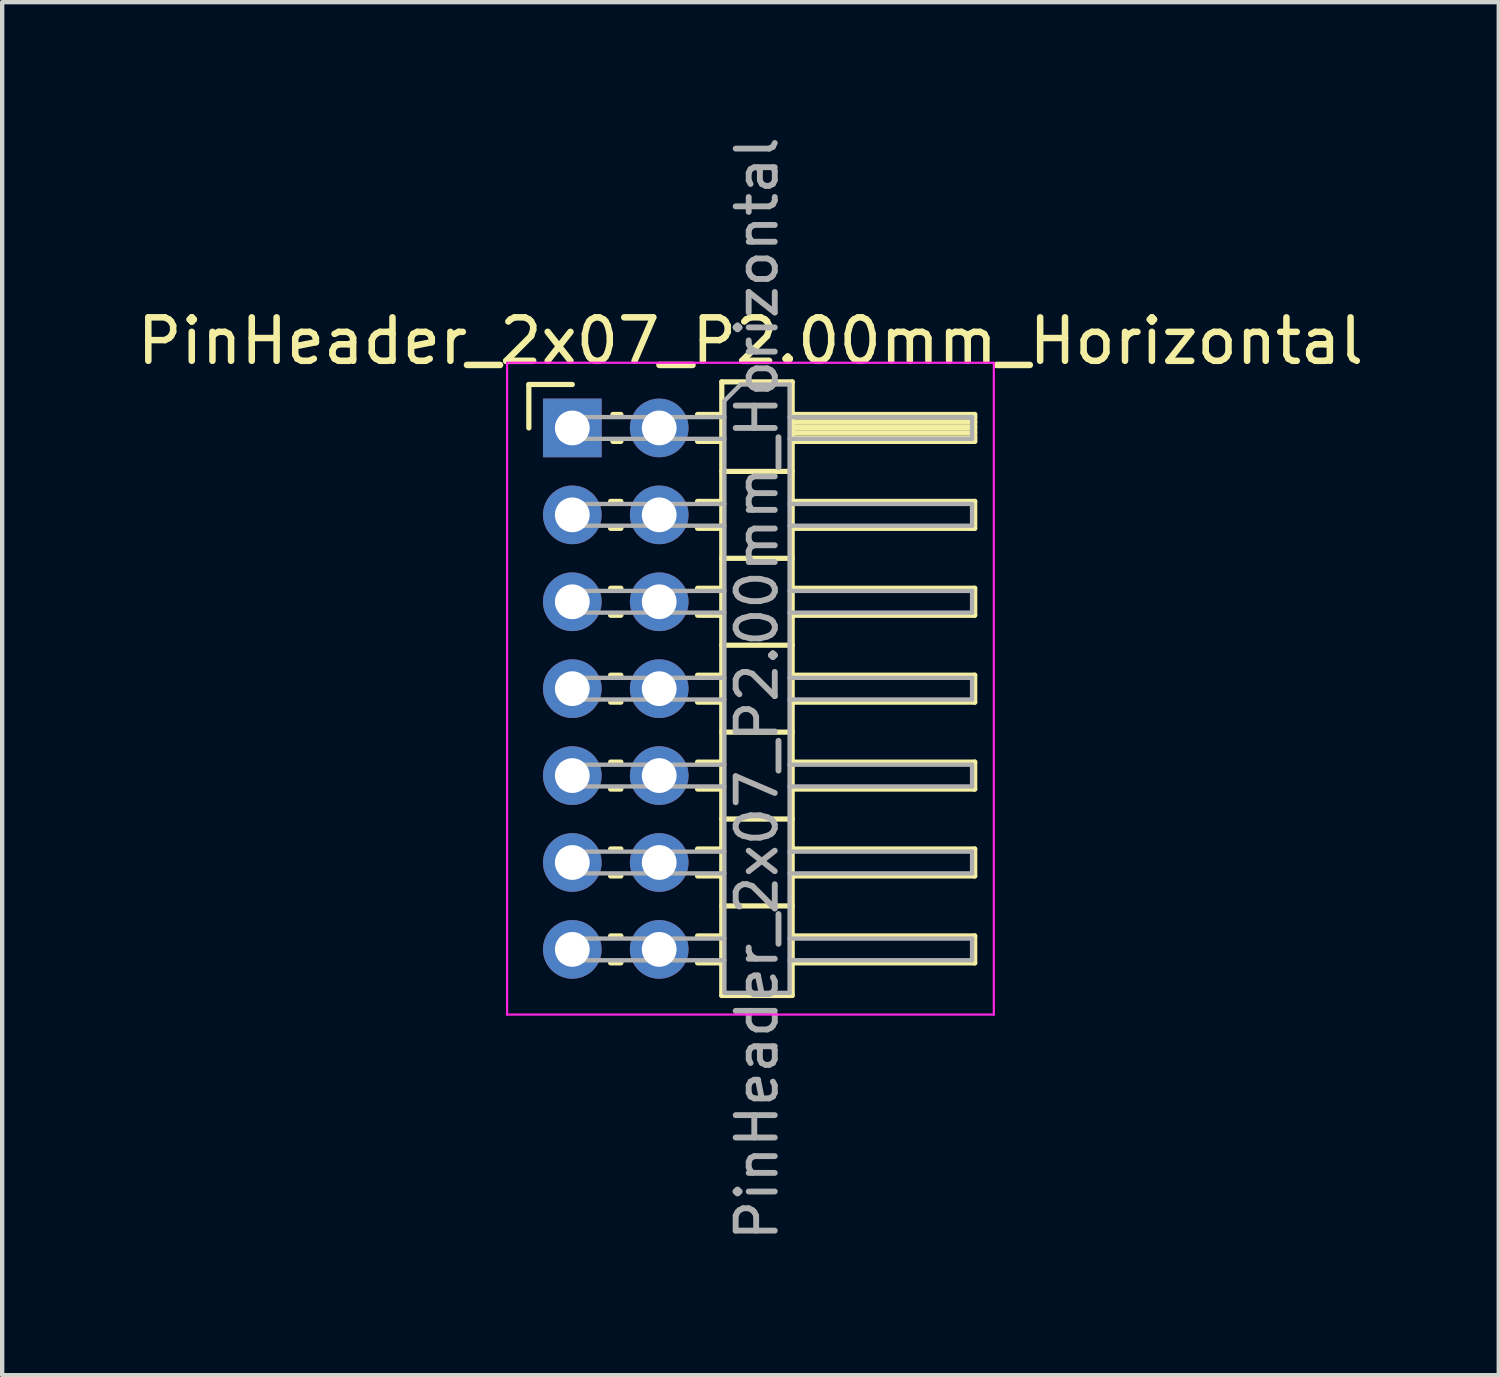
<source format=kicad_pcb>
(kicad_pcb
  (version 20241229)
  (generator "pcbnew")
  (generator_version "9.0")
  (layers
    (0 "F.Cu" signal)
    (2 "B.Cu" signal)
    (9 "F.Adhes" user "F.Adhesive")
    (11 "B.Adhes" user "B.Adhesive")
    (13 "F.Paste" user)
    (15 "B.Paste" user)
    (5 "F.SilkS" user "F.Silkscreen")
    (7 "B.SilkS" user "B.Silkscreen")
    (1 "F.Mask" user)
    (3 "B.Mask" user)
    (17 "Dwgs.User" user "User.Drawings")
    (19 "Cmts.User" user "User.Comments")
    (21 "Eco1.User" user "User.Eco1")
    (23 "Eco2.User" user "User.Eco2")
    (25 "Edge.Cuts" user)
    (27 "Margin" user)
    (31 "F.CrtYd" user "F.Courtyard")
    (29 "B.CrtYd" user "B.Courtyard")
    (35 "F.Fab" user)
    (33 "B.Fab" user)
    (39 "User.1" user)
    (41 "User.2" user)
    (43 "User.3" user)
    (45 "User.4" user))
  (footprint "PinHeader_2x07_P2.00mm_Horizontal"
    (layer "F.Cu")
    (at 10.12 6.798)
    (property "Reference" "PinHeader_2x07_P2.00mm_Horizontal" (at 4.1 -2 0) (layer "F.SilkS") (effects (font (size 1 1) (thickness 0.15))))
    (attr through_hole)
    (fp_line (start -1 -1) (end 0 -1) (stroke (width 0.12) (type solid)) (layer "F.SilkS"))
    (fp_line (start -1 0) (end -1 -1) (stroke (width 0.12) (type solid)) (layer "F.SilkS"))
    (fp_line (start 0.882 1.69) (end 1.118 1.69) (stroke (width 0.12) (type solid)) (layer "F.SilkS"))
    (fp_line (start 0.882 2.31) (end 1.118 2.31) (stroke (width 0.12) (type solid)) (layer "F.SilkS"))
    (fp_line (start 0.882 3.69) (end 1.118 3.69) (stroke (width 0.12) (type solid)) (layer "F.SilkS"))
    (fp_line (start 0.882 4.31) (end 1.118 4.31) (stroke (width 0.12) (type solid)) (layer "F.SilkS"))
    (fp_line (start 0.882 5.69) (end 1.118 5.69) (stroke (width 0.12) (type solid)) (layer "F.SilkS"))
    (fp_line (start 0.882 6.31) (end 1.118 6.31) (stroke (width 0.12) (type solid)) (layer "F.SilkS"))
    (fp_line (start 0.882 7.69) (end 1.118 7.69) (stroke (width 0.12) (type solid)) (layer "F.SilkS"))
    (fp_line (start 0.882 8.31) (end 1.118 8.31) (stroke (width 0.12) (type solid)) (layer "F.SilkS"))
    (fp_line (start 0.882 9.69) (end 1.118 9.69) (stroke (width 0.12) (type solid)) (layer "F.SilkS"))
    (fp_line (start 0.882 10.31) (end 1.118 10.31) (stroke (width 0.12) (type solid)) (layer "F.SilkS"))
    (fp_line (start 0.882 11.69) (end 1.118 11.69) (stroke (width 0.12) (type solid)) (layer "F.SilkS"))
    (fp_line (start 0.882 12.31) (end 1.118 12.31) (stroke (width 0.12) (type solid)) (layer "F.SilkS"))
    (fp_line (start 0.935 -0.31) (end 1.118 -0.31) (stroke (width 0.12) (type solid)) (layer "F.SilkS"))
    (fp_line (start 0.935 0.31) (end 1.118 0.31) (stroke (width 0.12) (type solid)) (layer "F.SilkS"))
    (fp_line (start 2.882 -0.31) (end 3.44 -0.31) (stroke (width 0.12) (type solid)) (layer "F.SilkS"))
    (fp_line (start 2.882 0.31) (end 3.44 0.31) (stroke (width 0.12) (type solid)) (layer "F.SilkS"))
    (fp_line (start 2.882 1.69) (end 3.44 1.69) (stroke (width 0.12) (type solid)) (layer "F.SilkS"))
    (fp_line (start 2.882 2.31) (end 3.44 2.31) (stroke (width 0.12) (type solid)) (layer "F.SilkS"))
    (fp_line (start 2.882 3.69) (end 3.44 3.69) (stroke (width 0.12) (type solid)) (layer "F.SilkS"))
    (fp_line (start 2.882 4.31) (end 3.44 4.31) (stroke (width 0.12) (type solid)) (layer "F.SilkS"))
    (fp_line (start 2.882 5.69) (end 3.44 5.69) (stroke (width 0.12) (type solid)) (layer "F.SilkS"))
    (fp_line (start 2.882 6.31) (end 3.44 6.31) (stroke (width 0.12) (type solid)) (layer "F.SilkS"))
    (fp_line (start 2.882 7.69) (end 3.44 7.69) (stroke (width 0.12) (type solid)) (layer "F.SilkS"))
    (fp_line (start 2.882 8.31) (end 3.44 8.31) (stroke (width 0.12) (type solid)) (layer "F.SilkS"))
    (fp_line (start 2.882 9.69) (end 3.44 9.69) (stroke (width 0.12) (type solid)) (layer "F.SilkS"))
    (fp_line (start 2.882 10.31) (end 3.44 10.31) (stroke (width 0.12) (type solid)) (layer "F.SilkS"))
    (fp_line (start 2.882 11.69) (end 3.44 11.69) (stroke (width 0.12) (type solid)) (layer "F.SilkS"))
    (fp_line (start 2.882 12.31) (end 3.44 12.31) (stroke (width 0.12) (type solid)) (layer "F.SilkS"))
    (fp_line (start 3.44 -1.06) (end 3.44 13.06) (stroke (width 0.12) (type solid)) (layer "F.SilkS"))
    (fp_line (start 3.44 1) (end 5.06 1) (stroke (width 0.12) (type solid)) (layer "F.SilkS"))
    (fp_line (start 3.44 3) (end 5.06 3) (stroke (width 0.12) (type solid)) (layer "F.SilkS"))
    (fp_line (start 3.44 5) (end 5.06 5) (stroke (width 0.12) (type solid)) (layer "F.SilkS"))
    (fp_line (start 3.44 7) (end 5.06 7) (stroke (width 0.12) (type solid)) (layer "F.SilkS"))
    (fp_line (start 3.44 9) (end 5.06 9) (stroke (width 0.12) (type solid)) (layer "F.SilkS"))
    (fp_line (start 3.44 11) (end 5.06 11) (stroke (width 0.12) (type solid)) (layer "F.SilkS"))
    (fp_line (start 3.44 13.06) (end 5.06 13.06) (stroke (width 0.12) (type solid)) (layer "F.SilkS"))
    (fp_line (start 5.06 -1.06) (end 3.44 -1.06) (stroke (width 0.12) (type solid)) (layer "F.SilkS"))
    (fp_line (start 5.06 -0.31) (end 9.26 -0.31) (stroke (width 0.12) (type solid)) (layer "F.SilkS"))
    (fp_line (start 5.06 -0.25) (end 9.26 -0.25) (stroke (width 0.12) (type solid)) (layer "F.SilkS"))
    (fp_line (start 5.06 -0.13) (end 9.26 -0.13) (stroke (width 0.12) (type solid)) (layer "F.SilkS"))
    (fp_line (start 5.06 -0.01) (end 9.26 -0.01) (stroke (width 0.12) (type solid)) (layer "F.SilkS"))
    (fp_line (start 5.06 0.11) (end 9.26 0.11) (stroke (width 0.12) (type solid)) (layer "F.SilkS"))
    (fp_line (start 5.06 0.23) (end 9.26 0.23) (stroke (width 0.12) (type solid)) (layer "F.SilkS"))
    (fp_line (start 5.06 1.69) (end 9.26 1.69) (stroke (width 0.12) (type solid)) (layer "F.SilkS"))
    (fp_line (start 5.06 3.69) (end 9.26 3.69) (stroke (width 0.12) (type solid)) (layer "F.SilkS"))
    (fp_line (start 5.06 5.69) (end 9.26 5.69) (stroke (width 0.12) (type solid)) (layer "F.SilkS"))
    (fp_line (start 5.06 7.69) (end 9.26 7.69) (stroke (width 0.12) (type solid)) (layer "F.SilkS"))
    (fp_line (start 5.06 9.69) (end 9.26 9.69) (stroke (width 0.12) (type solid)) (layer "F.SilkS"))
    (fp_line (start 5.06 11.69) (end 9.26 11.69) (stroke (width 0.12) (type solid)) (layer "F.SilkS"))
    (fp_line (start 5.06 13.06) (end 5.06 -1.06) (stroke (width 0.12) (type solid)) (layer "F.SilkS"))
    (fp_line (start 9.26 -0.31) (end 9.26 0.31) (stroke (width 0.12) (type solid)) (layer "F.SilkS"))
    (fp_line (start 9.26 0.31) (end 5.06 0.31) (stroke (width 0.12) (type solid)) (layer "F.SilkS"))
    (fp_line (start 9.26 1.69) (end 9.26 2.31) (stroke (width 0.12) (type solid)) (layer "F.SilkS"))
    (fp_line (start 9.26 2.31) (end 5.06 2.31) (stroke (width 0.12) (type solid)) (layer "F.SilkS"))
    (fp_line (start 9.26 3.69) (end 9.26 4.31) (stroke (width 0.12) (type solid)) (layer "F.SilkS"))
    (fp_line (start 9.26 4.31) (end 5.06 4.31) (stroke (width 0.12) (type solid)) (layer "F.SilkS"))
    (fp_line (start 9.26 5.69) (end 9.26 6.31) (stroke (width 0.12) (type solid)) (layer "F.SilkS"))
    (fp_line (start 9.26 6.31) (end 5.06 6.31) (stroke (width 0.12) (type solid)) (layer "F.SilkS"))
    (fp_line (start 9.26 7.69) (end 9.26 8.31) (stroke (width 0.12) (type solid)) (layer "F.SilkS"))
    (fp_line (start 9.26 8.31) (end 5.06 8.31) (stroke (width 0.12) (type solid)) (layer "F.SilkS"))
    (fp_line (start 9.26 9.69) (end 9.26 10.31) (stroke (width 0.12) (type solid)) (layer "F.SilkS"))
    (fp_line (start 9.26 10.31) (end 5.06 10.31) (stroke (width 0.12) (type solid)) (layer "F.SilkS"))
    (fp_line (start 9.26 11.69) (end 9.26 12.31) (stroke (width 0.12) (type solid)) (layer "F.SilkS"))
    (fp_line (start 9.26 12.31) (end 5.06 12.31) (stroke (width 0.12) (type solid)) (layer "F.SilkS"))
    (fp_line (start -1.5 -1.5) (end -1.5 13.5) (stroke (width 0.05) (type solid)) (layer "F.CrtYd"))
    (fp_line (start -1.5 13.5) (end 9.7 13.5) (stroke (width 0.05) (type solid)) (layer "F.CrtYd"))
    (fp_line (start 9.7 -1.5) (end -1.5 -1.5) (stroke (width 0.05) (type solid)) (layer "F.CrtYd"))
    (fp_line (start 9.7 13.5) (end 9.7 -1.5) (stroke (width 0.05) (type solid)) (layer "F.CrtYd"))
    (fp_line (start -0.25 -0.25) (end -0.25 0.25) (stroke (width 0.1) (type solid)) (layer "F.Fab"))
    (fp_line (start -0.25 -0.25) (end 3.5 -0.25) (stroke (width 0.1) (type solid)) (layer "F.Fab"))
    (fp_line (start -0.25 0.25) (end 3.5 0.25) (stroke (width 0.1) (type solid)) (layer "F.Fab"))
    (fp_line (start -0.25 1.75) (end -0.25 2.25) (stroke (width 0.1) (type solid)) (layer "F.Fab"))
    (fp_line (start -0.25 1.75) (end 3.5 1.75) (stroke (width 0.1) (type solid)) (layer "F.Fab"))
    (fp_line (start -0.25 2.25) (end 3.5 2.25) (stroke (width 0.1) (type solid)) (layer "F.Fab"))
    (fp_line (start -0.25 3.75) (end -0.25 4.25) (stroke (width 0.1) (type solid)) (layer "F.Fab"))
    (fp_line (start -0.25 3.75) (end 3.5 3.75) (stroke (width 0.1) (type solid)) (layer "F.Fab"))
    (fp_line (start -0.25 4.25) (end 3.5 4.25) (stroke (width 0.1) (type solid)) (layer "F.Fab"))
    (fp_line (start -0.25 5.75) (end -0.25 6.25) (stroke (width 0.1) (type solid)) (layer "F.Fab"))
    (fp_line (start -0.25 5.75) (end 3.5 5.75) (stroke (width 0.1) (type solid)) (layer "F.Fab"))
    (fp_line (start -0.25 6.25) (end 3.5 6.25) (stroke (width 0.1) (type solid)) (layer "F.Fab"))
    (fp_line (start -0.25 7.75) (end -0.25 8.25) (stroke (width 0.1) (type solid)) (layer "F.Fab"))
    (fp_line (start -0.25 7.75) (end 3.5 7.75) (stroke (width 0.1) (type solid)) (layer "F.Fab"))
    (fp_line (start -0.25 8.25) (end 3.5 8.25) (stroke (width 0.1) (type solid)) (layer "F.Fab"))
    (fp_line (start -0.25 9.75) (end -0.25 10.25) (stroke (width 0.1) (type solid)) (layer "F.Fab"))
    (fp_line (start -0.25 9.75) (end 3.5 9.75) (stroke (width 0.1) (type solid)) (layer "F.Fab"))
    (fp_line (start -0.25 10.25) (end 3.5 10.25) (stroke (width 0.1) (type solid)) (layer "F.Fab"))
    (fp_line (start -0.25 11.75) (end -0.25 12.25) (stroke (width 0.1) (type solid)) (layer "F.Fab"))
    (fp_line (start -0.25 11.75) (end 3.5 11.75) (stroke (width 0.1) (type solid)) (layer "F.Fab"))
    (fp_line (start -0.25 12.25) (end 3.5 12.25) (stroke (width 0.1) (type solid)) (layer "F.Fab"))
    (fp_line (start 3.5 -0.625) (end 3.875 -1) (stroke (width 0.1) (type solid)) (layer "F.Fab"))
    (fp_line (start 3.5 13) (end 3.5 -0.625) (stroke (width 0.1) (type solid)) (layer "F.Fab"))
    (fp_line (start 3.875 -1) (end 5 -1) (stroke (width 0.1) (type solid)) (layer "F.Fab"))
    (fp_line (start 5 -1) (end 5 13) (stroke (width 0.1) (type solid)) (layer "F.Fab"))
    (fp_line (start 5 -0.25) (end 9.2 -0.25) (stroke (width 0.1) (type solid)) (layer "F.Fab"))
    (fp_line (start 5 0.25) (end 9.2 0.25) (stroke (width 0.1) (type solid)) (layer "F.Fab"))
    (fp_line (start 5 1.75) (end 9.2 1.75) (stroke (width 0.1) (type solid)) (layer "F.Fab"))
    (fp_line (start 5 2.25) (end 9.2 2.25) (stroke (width 0.1) (type solid)) (layer "F.Fab"))
    (fp_line (start 5 3.75) (end 9.2 3.75) (stroke (width 0.1) (type solid)) (layer "F.Fab"))
    (fp_line (start 5 4.25) (end 9.2 4.25) (stroke (width 0.1) (type solid)) (layer "F.Fab"))
    (fp_line (start 5 5.75) (end 9.2 5.75) (stroke (width 0.1) (type solid)) (layer "F.Fab"))
    (fp_line (start 5 6.25) (end 9.2 6.25) (stroke (width 0.1) (type solid)) (layer "F.Fab"))
    (fp_line (start 5 7.75) (end 9.2 7.75) (stroke (width 0.1) (type solid)) (layer "F.Fab"))
    (fp_line (start 5 8.25) (end 9.2 8.25) (stroke (width 0.1) (type solid)) (layer "F.Fab"))
    (fp_line (start 5 9.75) (end 9.2 9.75) (stroke (width 0.1) (type solid)) (layer "F.Fab"))
    (fp_line (start 5 10.25) (end 9.2 10.25) (stroke (width 0.1) (type solid)) (layer "F.Fab"))
    (fp_line (start 5 11.75) (end 9.2 11.75) (stroke (width 0.1) (type solid)) (layer "F.Fab"))
    (fp_line (start 5 12.25) (end 9.2 12.25) (stroke (width 0.1) (type solid)) (layer "F.Fab"))
    (fp_line (start 5 13) (end 3.5 13) (stroke (width 0.1) (type solid)) (layer "F.Fab"))
    (fp_line (start 9.2 -0.25) (end 9.2 0.25) (stroke (width 0.1) (type solid)) (layer "F.Fab"))
    (fp_line (start 9.2 1.75) (end 9.2 2.25) (stroke (width 0.1) (type solid)) (layer "F.Fab"))
    (fp_line (start 9.2 3.75) (end 9.2 4.25) (stroke (width 0.1) (type solid)) (layer "F.Fab"))
    (fp_line (start 9.2 5.75) (end 9.2 6.25) (stroke (width 0.1) (type solid)) (layer "F.Fab"))
    (fp_line (start 9.2 7.75) (end 9.2 8.25) (stroke (width 0.1) (type solid)) (layer "F.Fab"))
    (fp_line (start 9.2 9.75) (end 9.2 10.25) (stroke (width 0.1) (type solid)) (layer "F.Fab"))
    (fp_line (start 9.2 11.75) (end 9.2 12.25) (stroke (width 0.1) (type solid)) (layer "F.Fab"))
    (fp_text user "${REFERENCE}" (at 4.25 6 90) (layer "F.Fab") (effects (font (size 0.9 0.9) (thickness 0.135))))
    (pad "1" thru_hole rect (at 0 0) (size 1.35 1.35) (drill 0.8) (layers "*.Cu" "*.Mask"))
    (pad "2" thru_hole oval (at 2 0) (size 1.35 1.35) (drill 0.8) (layers "*.Cu" "*.Mask"))
    (pad "3" thru_hole oval (at 0 2) (size 1.35 1.35) (drill 0.8) (layers "*.Cu" "*.Mask"))
    (pad "4" thru_hole oval (at 2 2) (size 1.35 1.35) (drill 0.8) (layers "*.Cu" "*.Mask"))
    (pad "5" thru_hole oval (at 0 4) (size 1.35 1.35) (drill 0.8) (layers "*.Cu" "*.Mask"))
    (pad "6" thru_hole oval (at 2 4) (size 1.35 1.35) (drill 0.8) (layers "*.Cu" "*.Mask"))
    (pad "7" thru_hole oval (at 0 6) (size 1.35 1.35) (drill 0.8) (layers "*.Cu" "*.Mask"))
    (pad "8" thru_hole oval (at 2 6) (size 1.35 1.35) (drill 0.8) (layers "*.Cu" "*.Mask"))
    (pad "9" thru_hole oval (at 0 8) (size 1.35 1.35) (drill 0.8) (layers "*.Cu" "*.Mask"))
    (pad "10" thru_hole oval (at 2 8) (size 1.35 1.35) (drill 0.8) (layers "*.Cu" "*.Mask"))
    (pad "11" thru_hole oval (at 0 10) (size 1.35 1.35) (drill 0.8) (layers "*.Cu" "*.Mask"))
    (pad "12" thru_hole oval (at 2 10) (size 1.35 1.35) (drill 0.8) (layers "*.Cu" "*.Mask"))
    (pad "13" thru_hole oval (at 0 12) (size 1.35 1.35) (drill 0.8) (layers "*.Cu" "*.Mask"))
    (pad "14" thru_hole oval (at 2 12) (size 1.35 1.35) (drill 0.8) (layers "*.Cu" "*.Mask")))
  (gr_rect
    (start -3 -3)
    (end 31.44 28.596)
    (stroke (width 0.1) (type default))
    (fill no)
    (layer "Edge.Cuts")))
</source>
